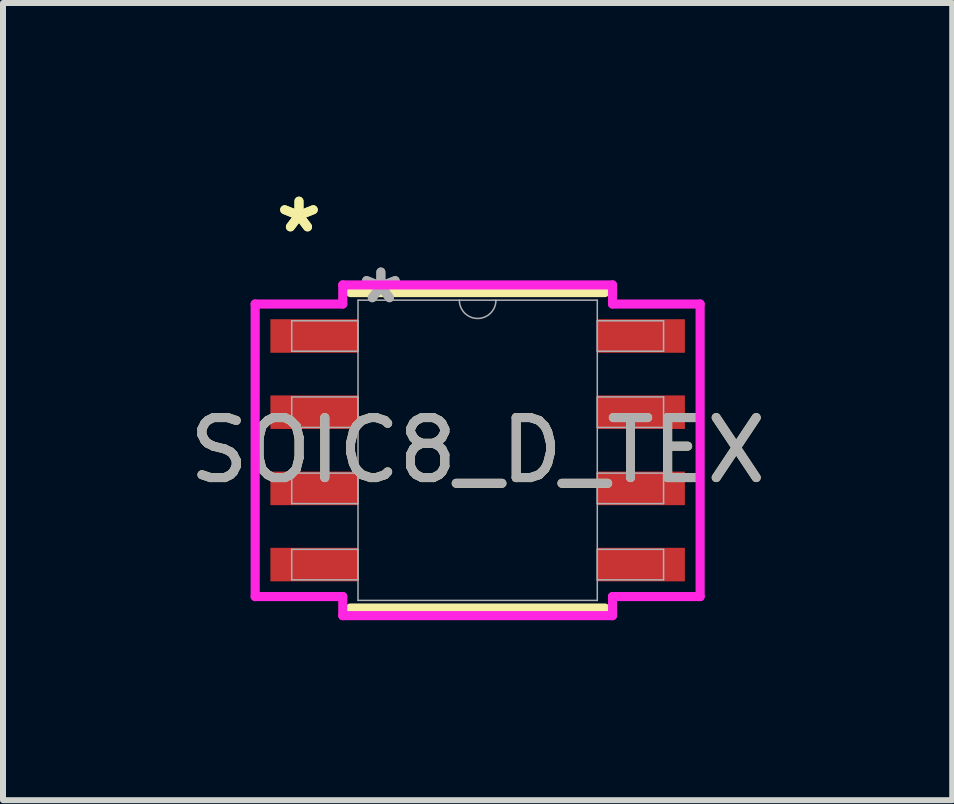
<source format=kicad_pcb>
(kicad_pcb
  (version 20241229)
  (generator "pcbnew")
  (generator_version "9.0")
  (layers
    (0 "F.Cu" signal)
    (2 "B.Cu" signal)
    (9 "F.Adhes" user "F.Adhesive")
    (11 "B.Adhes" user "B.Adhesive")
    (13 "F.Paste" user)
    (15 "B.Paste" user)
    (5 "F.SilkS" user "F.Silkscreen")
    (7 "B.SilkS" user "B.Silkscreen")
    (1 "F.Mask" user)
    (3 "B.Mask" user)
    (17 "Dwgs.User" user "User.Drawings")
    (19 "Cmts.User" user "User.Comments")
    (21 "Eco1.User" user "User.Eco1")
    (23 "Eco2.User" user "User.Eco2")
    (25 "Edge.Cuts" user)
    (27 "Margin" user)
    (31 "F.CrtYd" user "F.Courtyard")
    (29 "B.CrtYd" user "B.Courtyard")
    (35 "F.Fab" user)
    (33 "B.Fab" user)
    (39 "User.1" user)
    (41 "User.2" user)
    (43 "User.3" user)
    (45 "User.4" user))
  (footprint "SOIC8_D_TEX"
    (layer "F.Cu")
    (at 4.911 4.455)
    (property "Reference" "SOIC8_D_TEX" (at 0 0 0) (unlocked yes) (layer "F.SilkS") (effects (font (size 1 1) (thickness 0.15))))
    (attr smd)
    (fp_line (start -2.121 2.629) (end 2.121 2.629) (stroke (width 0.152) (type solid)) (layer "F.SilkS"))
    (fp_line (start 2.121 -2.629) (end -2.121 -2.629) (stroke (width 0.152) (type solid)) (layer "F.SilkS"))
    (fp_line (start -3.708 -2.438) (end -2.248 -2.438) (stroke (width 0.152) (type solid)) (layer "F.CrtYd"))
    (fp_line (start -3.708 2.438) (end -3.708 -2.438) (stroke (width 0.152) (type solid)) (layer "F.CrtYd"))
    (fp_line (start -3.708 2.438) (end -2.248 2.438) (stroke (width 0.152) (type solid)) (layer "F.CrtYd"))
    (fp_line (start -2.248 -2.756) (end 2.248 -2.756) (stroke (width 0.152) (type solid)) (layer "F.CrtYd"))
    (fp_line (start -2.248 -2.438) (end -2.248 -2.756) (stroke (width 0.152) (type solid)) (layer "F.CrtYd"))
    (fp_line (start -2.248 2.756) (end -2.248 2.438) (stroke (width 0.152) (type solid)) (layer "F.CrtYd"))
    (fp_line (start 2.248 -2.756) (end 2.248 -2.438) (stroke (width 0.152) (type solid)) (layer "F.CrtYd"))
    (fp_line (start 2.248 2.438) (end 2.248 2.756) (stroke (width 0.152) (type solid)) (layer "F.CrtYd"))
    (fp_line (start 2.248 2.756) (end -2.248 2.756) (stroke (width 0.152) (type solid)) (layer "F.CrtYd"))
    (fp_line (start 3.708 -2.438) (end 2.248 -2.438) (stroke (width 0.152) (type solid)) (layer "F.CrtYd"))
    (fp_line (start 3.708 -2.438) (end 3.708 2.438) (stroke (width 0.152) (type solid)) (layer "F.CrtYd"))
    (fp_line (start 3.708 2.438) (end 2.248 2.438) (stroke (width 0.152) (type solid)) (layer "F.CrtYd"))
    (fp_line (start -3.099 -2.159) (end -3.099 -1.651) (stroke (width 0.025) (type solid)) (layer "F.Fab"))
    (fp_line (start -3.099 -1.651) (end -1.994 -1.651) (stroke (width 0.025) (type solid)) (layer "F.Fab"))
    (fp_line (start -3.099 -0.889) (end -3.099 -0.381) (stroke (width 0.025) (type solid)) (layer "F.Fab"))
    (fp_line (start -3.099 -0.381) (end -1.994 -0.381) (stroke (width 0.025) (type solid)) (layer "F.Fab"))
    (fp_line (start -3.099 0.381) (end -3.099 0.889) (stroke (width 0.025) (type solid)) (layer "F.Fab"))
    (fp_line (start -3.099 0.889) (end -1.994 0.889) (stroke (width 0.025) (type solid)) (layer "F.Fab"))
    (fp_line (start -3.099 1.651) (end -3.099 2.159) (stroke (width 0.025) (type solid)) (layer "F.Fab"))
    (fp_line (start -3.099 2.159) (end -1.994 2.159) (stroke (width 0.025) (type solid)) (layer "F.Fab"))
    (fp_line (start -1.994 -2.502) (end -1.994 2.502) (stroke (width 0.025) (type solid)) (layer "F.Fab"))
    (fp_line (start -1.994 -2.159) (end -3.099 -2.159) (stroke (width 0.025) (type solid)) (layer "F.Fab"))
    (fp_line (start -1.994 -1.651) (end -1.994 -2.159) (stroke (width 0.025) (type solid)) (layer "F.Fab"))
    (fp_line (start -1.994 -0.889) (end -3.099 -0.889) (stroke (width 0.025) (type solid)) (layer "F.Fab"))
    (fp_line (start -1.994 -0.381) (end -1.994 -0.889) (stroke (width 0.025) (type solid)) (layer "F.Fab"))
    (fp_line (start -1.994 0.381) (end -3.099 0.381) (stroke (width 0.025) (type solid)) (layer "F.Fab"))
    (fp_line (start -1.994 0.889) (end -1.994 0.381) (stroke (width 0.025) (type solid)) (layer "F.Fab"))
    (fp_line (start -1.994 1.651) (end -3.099 1.651) (stroke (width 0.025) (type solid)) (layer "F.Fab"))
    (fp_line (start -1.994 2.159) (end -1.994 1.651) (stroke (width 0.025) (type solid)) (layer "F.Fab"))
    (fp_line (start -1.994 2.502) (end 1.994 2.502) (stroke (width 0.025) (type solid)) (layer "F.Fab"))
    (fp_line (start 1.994 -2.502) (end -1.994 -2.502) (stroke (width 0.025) (type solid)) (layer "F.Fab"))
    (fp_line (start 1.994 -2.159) (end 1.994 -1.651) (stroke (width 0.025) (type solid)) (layer "F.Fab"))
    (fp_line (start 1.994 -1.651) (end 3.099 -1.651) (stroke (width 0.025) (type solid)) (layer "F.Fab"))
    (fp_line (start 1.994 -0.889) (end 1.994 -0.381) (stroke (width 0.025) (type solid)) (layer "F.Fab"))
    (fp_line (start 1.994 -0.381) (end 3.099 -0.381) (stroke (width 0.025) (type solid)) (layer "F.Fab"))
    (fp_line (start 1.994 0.381) (end 1.994 0.889) (stroke (width 0.025) (type solid)) (layer "F.Fab"))
    (fp_line (start 1.994 0.889) (end 3.099 0.889) (stroke (width 0.025) (type solid)) (layer "F.Fab"))
    (fp_line (start 1.994 1.651) (end 1.994 2.159) (stroke (width 0.025) (type solid)) (layer "F.Fab"))
    (fp_line (start 1.994 2.159) (end 3.099 2.159) (stroke (width 0.025) (type solid)) (layer "F.Fab"))
    (fp_line (start 1.994 2.502) (end 1.994 -2.502) (stroke (width 0.025) (type solid)) (layer "F.Fab"))
    (fp_line (start 3.099 -2.159) (end 1.994 -2.159) (stroke (width 0.025) (type solid)) (layer "F.Fab"))
    (fp_line (start 3.099 -1.651) (end 3.099 -2.159) (stroke (width 0.025) (type solid)) (layer "F.Fab"))
    (fp_line (start 3.099 -0.889) (end 1.994 -0.889) (stroke (width 0.025) (type solid)) (layer "F.Fab"))
    (fp_line (start 3.099 -0.381) (end 3.099 -0.889) (stroke (width 0.025) (type solid)) (layer "F.Fab"))
    (fp_line (start 3.099 0.381) (end 1.994 0.381) (stroke (width 0.025) (type solid)) (layer "F.Fab"))
    (fp_line (start 3.099 0.889) (end 3.099 0.381) (stroke (width 0.025) (type solid)) (layer "F.Fab"))
    (fp_line (start 3.099 1.651) (end 1.994 1.651) (stroke (width 0.025) (type solid)) (layer "F.Fab"))
    (fp_line (start 3.099 2.159) (end 3.099 1.651) (stroke (width 0.025) (type solid)) (layer "F.Fab"))
    (fp_arc (start 0.3048 -2.5019) (mid 0 -2.1971) (end -0.3048 -2.5019) (stroke (width 0.0254) (type solid)) (layer "F.Fab"))
    (fp_text user "*" (at -2.978 -3.607 0) (layer "F.SilkS") (effects (font (size 1 1) (thickness 0.15))))
    (fp_text user "*" (at -2.978 -3.607 0) (unlocked yes) (layer "F.SilkS") (effects (font (size 1 1) (thickness 0.15))))
    (fp_text user "*" (at -1.613 -2.426 0) (layer "F.Fab") (effects (font (size 1 1) (thickness 0.15))))
    (fp_text user "${REFERENCE}" (at 0 0 0) (unlocked yes) (layer "F.Fab") (effects (font (size 1 1) (thickness 0.15))))
    (fp_text user "*" (at -1.613 -2.426 0) (unlocked yes) (layer "F.Fab") (effects (font (size 1 1) (thickness 0.15))))
    (pad "1" smd rect (at -2.724 -1.905) (size 1.46 0.559) (layers "F.Cu" "F.Mask" "F.Paste"))
    (pad "2" smd rect (at -2.724 -0.635) (size 1.46 0.559) (layers "F.Cu" "F.Mask" "F.Paste"))
    (pad "3" smd rect (at -2.724 0.635) (size 1.46 0.559) (layers "F.Cu" "F.Mask" "F.Paste"))
    (pad "4" smd rect (at -2.724 1.905) (size 1.46 0.559) (layers "F.Cu" "F.Mask" "F.Paste"))
    (pad "5" smd rect (at 2.724 1.905) (size 1.46 0.559) (layers "F.Cu" "F.Mask" "F.Paste"))
    (pad "6" smd rect (at 2.724 0.635) (size 1.46 0.559) (layers "F.Cu" "F.Mask" "F.Paste"))
    (pad "7" smd rect (at 2.724 -0.635) (size 1.46 0.559) (layers "F.Cu" "F.Mask" "F.Paste"))
    (pad "8" smd rect (at 2.724 -1.905) (size 1.46 0.559) (layers "F.Cu" "F.Mask" "F.Paste")))
  (gr_rect
    (start -3 -3)
    (end 12.821 10.287)
    (stroke (width 0.1) (type default))
    (fill no)
    (layer "Edge.Cuts")))
</source>
